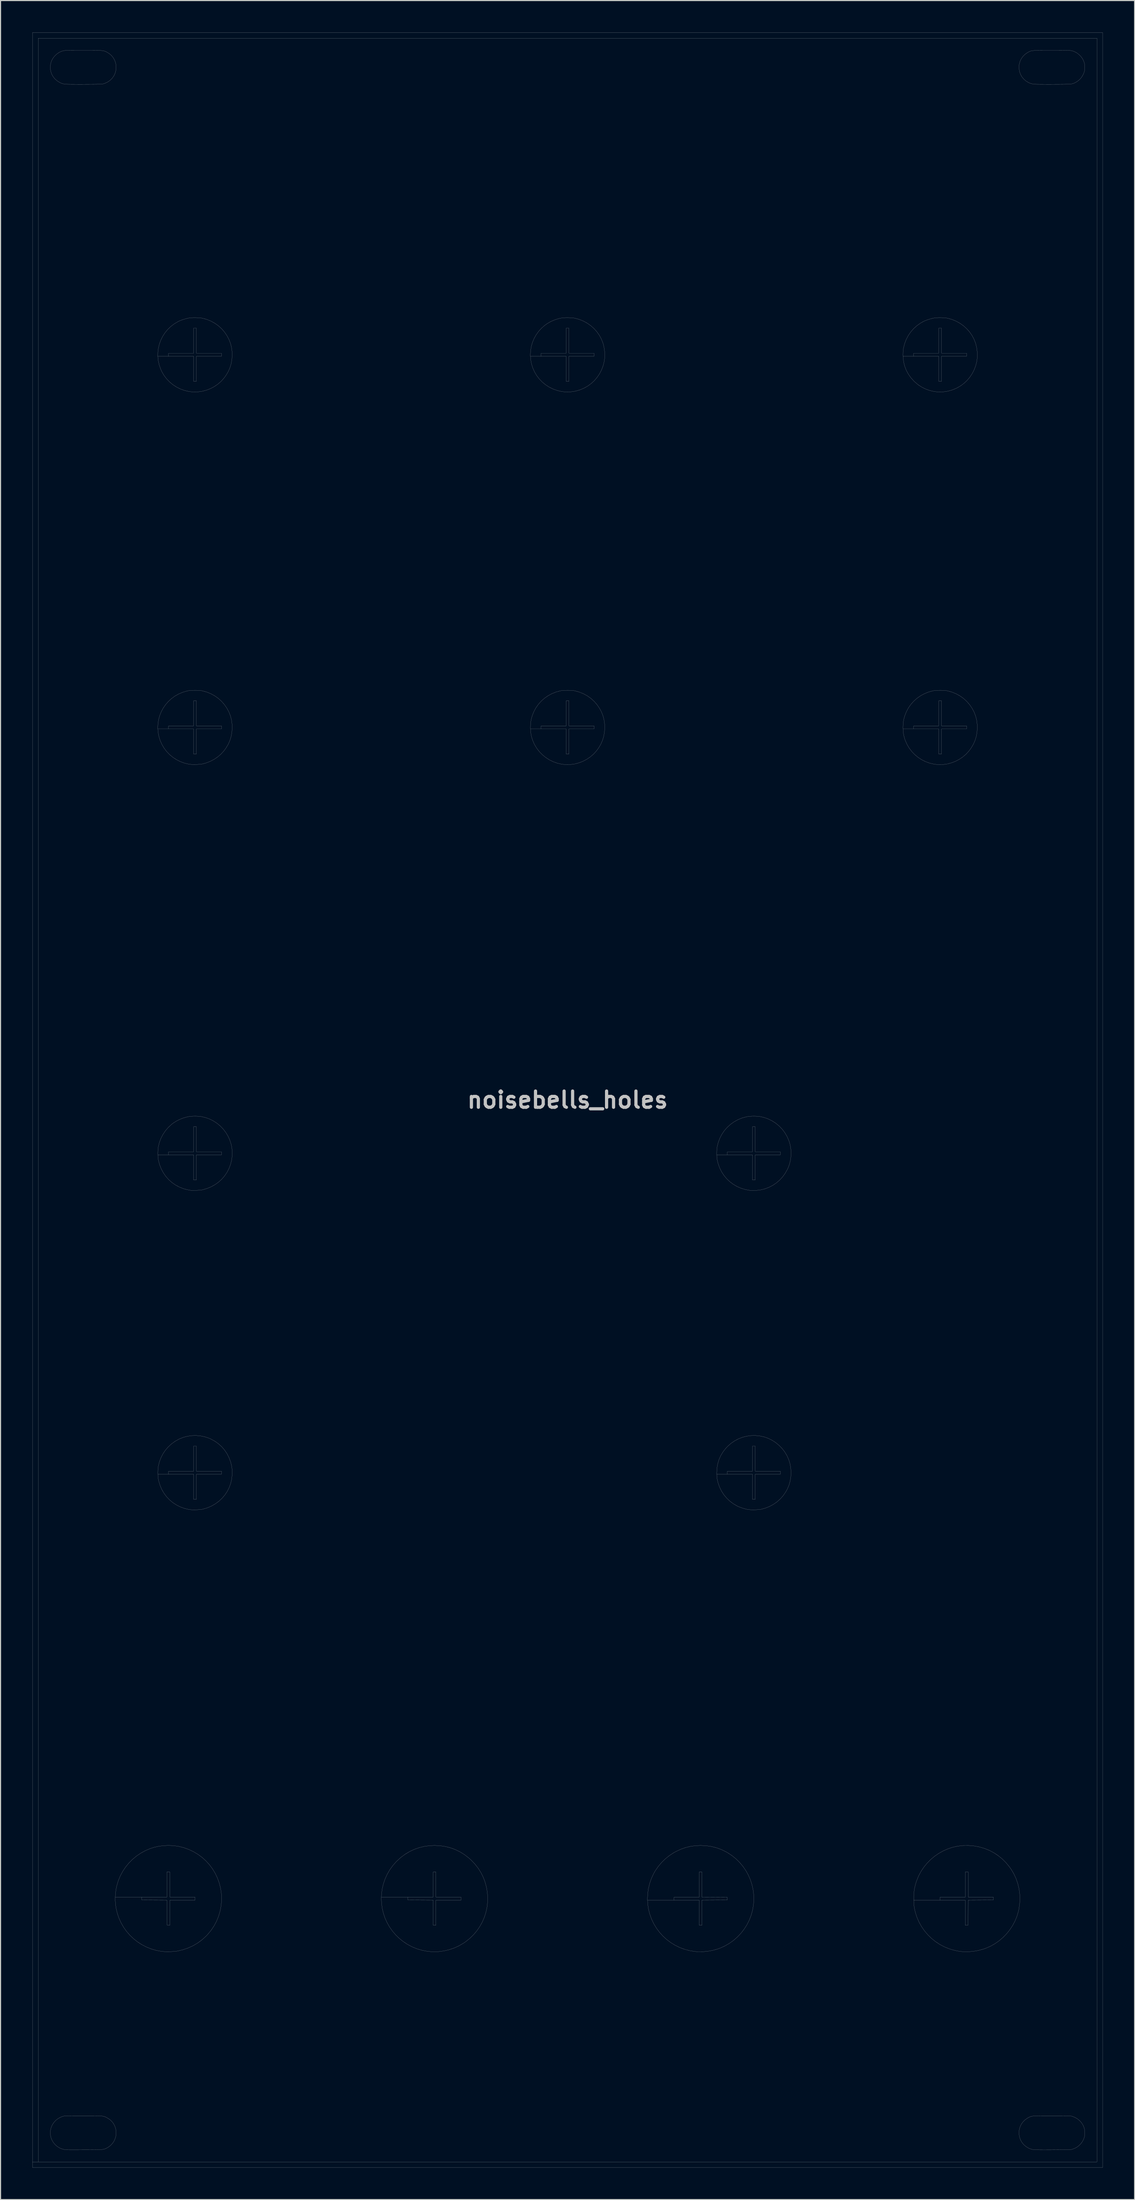
<source format=kicad_pcb>
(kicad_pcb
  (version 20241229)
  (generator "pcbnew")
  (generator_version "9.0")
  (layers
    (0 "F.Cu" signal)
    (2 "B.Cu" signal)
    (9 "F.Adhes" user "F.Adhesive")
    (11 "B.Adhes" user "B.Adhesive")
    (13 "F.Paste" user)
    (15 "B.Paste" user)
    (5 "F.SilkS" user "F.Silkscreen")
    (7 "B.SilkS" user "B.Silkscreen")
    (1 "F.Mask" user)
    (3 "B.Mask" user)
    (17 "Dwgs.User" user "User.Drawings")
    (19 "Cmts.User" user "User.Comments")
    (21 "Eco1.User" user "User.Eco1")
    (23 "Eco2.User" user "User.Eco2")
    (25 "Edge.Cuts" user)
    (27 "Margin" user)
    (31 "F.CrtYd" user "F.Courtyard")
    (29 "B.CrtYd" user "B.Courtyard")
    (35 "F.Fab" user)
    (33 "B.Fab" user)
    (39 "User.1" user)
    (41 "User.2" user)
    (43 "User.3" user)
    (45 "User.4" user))
  (footprint "noisebells_holes"
    (layer "F.Cu")
    (at 50.272 100.259)
    (property "Reference" "noisebells_holes" (at 0 0 0) (layer "Dwgs.User") (effects (font (size 1.524 1.524) (thickness 0.3))))
    (attr through_hole)
    (fp_poly (pts (xy 50.267 100.279) (xy -50.267 100.279) (xy -50.267 -99.72) (xy -49.733 -99.72) (xy -49.733 99.746) (xy 49.733 99.746) (xy 49.733 -99.72) (xy -49.733 -99.72) (xy -50.267 -99.72) (xy -50.267 -100.254) (xy 50.267 -100.254) (xy 50.267 100.279)) (stroke (width 0.01) (type solid)) (fill no) (layer "Dwgs.User"))
    (fp_poly (pts (xy 0.266 -73.468) (xy 0.467 -73.454) (xy 0.639 -73.431) (xy 0.705 -73.419) (xy 1.108 -73.306) (xy 1.491 -73.149) (xy 1.85 -72.952) (xy 2.181 -72.718) (xy 2.483 -72.449) (xy 2.751 -72.149) (xy 2.983 -71.82) (xy 3.174 -71.465) (xy 3.323 -71.088) (xy 3.35 -71) (xy 3.426 -70.679) (xy 3.474 -70.339) (xy 3.493 -69.994) (xy 3.482 -69.66) (xy 3.443 -69.367) (xy 3.34 -68.957) (xy 3.193 -68.569) (xy 3.005 -68.205) (xy 2.778 -67.869) (xy 2.516 -67.563) (xy 2.221 -67.289) (xy 1.896 -67.051) (xy 1.543 -66.852) (xy 1.166 -66.693) (xy 0.766 -66.577) (xy 0.547 -66.535) (xy 0.387 -66.516) (xy 0.196 -66.505) (xy -0.011 -66.501) (xy -0.216 -66.505) (xy -0.404 -66.516) (xy -0.558 -66.535) (xy -0.559 -66.535) (xy -0.969 -66.63) (xy -1.359 -66.769) (xy -1.726 -66.95) (xy -2.067 -67.17) (xy -2.378 -67.426) (xy -2.658 -67.716) (xy -2.902 -68.036) (xy -3.108 -68.385) (xy -3.274 -68.759) (xy -3.389 -69.13) (xy -3.467 -69.541) (xy -3.496 -69.951) (xy -3.487 -70.129) (xy -2.489 -70.129) (xy -2.489 -69.85) (xy -0.127 -69.85) (xy -0.127 -67.488) (xy 0.127 -67.488) (xy 0.127 -69.85) (xy 2.489 -69.85) (xy 2.489 -70.129) (xy 0.127 -70.129) (xy 0.127 -72.492) (xy -0.127 -72.492) (xy -0.127 -70.129) (xy -2.489 -70.129) (xy -3.487 -70.129) (xy -3.477 -70.357) (xy -3.412 -70.755) (xy -3.302 -71.141) (xy -3.149 -71.511) (xy -2.954 -71.861) (xy -2.719 -72.188) (xy -2.446 -72.489) (xy -2.135 -72.759) (xy -1.892 -72.929) (xy -1.575 -73.109) (xy -1.229 -73.259) (xy -0.872 -73.375) (xy -0.53 -73.447) (xy -0.362 -73.465) (xy -0.164 -73.474) (xy 0.051 -73.475) (xy 0.266 -73.468)) (stroke (width 0.01) (type solid)) (fill no) (layer "Dwgs.User"))
    (fp_poly (pts (xy -34.722 -38.465) (xy -34.529 -38.452) (xy -34.366 -38.432) (xy -34.315 -38.422) (xy -33.904 -38.309) (xy -33.514 -38.152) (xy -33.149 -37.953) (xy -32.812 -37.714) (xy -32.506 -37.437) (xy -32.234 -37.125) (xy -31.999 -36.779) (xy -31.999 -36.779) (xy -31.812 -36.426) (xy -31.672 -36.068) (xy -31.577 -35.7) (xy -31.524 -35.313) (xy -31.512 -34.989) (xy -31.534 -34.564) (xy -31.603 -34.161) (xy -31.717 -33.776) (xy -31.88 -33.407) (xy -32.091 -33.051) (xy -32.295 -32.774) (xy -32.564 -32.479) (xy -32.869 -32.217) (xy -33.207 -31.989) (xy -33.571 -31.799) (xy -33.956 -31.65) (xy -34.29 -31.559) (xy -34.418 -31.538) (xy -34.584 -31.522) (xy -34.773 -31.511) (xy -34.973 -31.506) (xy -35.171 -31.506) (xy -35.353 -31.512) (xy -35.505 -31.524) (xy -35.573 -31.534) (xy -35.983 -31.631) (xy -36.373 -31.773) (xy -36.739 -31.956) (xy -37.079 -32.178) (xy -37.39 -32.436) (xy -37.669 -32.728) (xy -37.913 -33.051) (xy -38.118 -33.402) (xy -38.283 -33.778) (xy -38.391 -34.128) (xy -38.469 -34.536) (xy -38.499 -34.941) (xy -38.491 -35.128) (xy -37.49 -35.128) (xy -37.49 -34.849) (xy -35.128 -34.849) (xy -35.128 -32.487) (xy -34.874 -32.487) (xy -34.874 -34.849) (xy -32.512 -34.849) (xy -32.512 -35.128) (xy -34.874 -35.128) (xy -34.874 -37.49) (xy -35.128 -37.49) (xy -35.128 -35.128) (xy -37.49 -35.128) (xy -38.491 -35.128) (xy -38.482 -35.339) (xy -38.42 -35.728) (xy -38.316 -36.105) (xy -38.17 -36.466) (xy -37.986 -36.807) (xy -37.765 -37.127) (xy -37.509 -37.421) (xy -37.22 -37.687) (xy -36.901 -37.921) (xy -36.552 -38.121) (xy -36.177 -38.282) (xy -35.777 -38.402) (xy -35.687 -38.422) (xy -35.54 -38.445) (xy -35.356 -38.461) (xy -35.15 -38.469) (xy -34.934 -38.471) (xy -34.722 -38.465)) (stroke (width 0.01) (type solid)) (fill no) (layer "Dwgs.User"))
    (fp_poly (pts (xy -34.503 31.555) (xy -34.106 31.634) (xy -33.721 31.759) (xy -33.51 31.851) (xy -33.136 32.056) (xy -32.796 32.299) (xy -32.491 32.576) (xy -32.223 32.887) (xy -31.994 33.229) (xy -31.805 33.6) (xy -31.657 33.998) (xy -31.556 34.404) (xy -31.518 34.693) (xy -31.508 35.009) (xy -31.525 35.338) (xy -31.568 35.664) (xy -31.637 35.973) (xy -31.651 36.024) (xy -31.79 36.407) (xy -31.972 36.768) (xy -32.195 37.103) (xy -32.456 37.41) (xy -32.751 37.686) (xy -33.078 37.929) (xy -33.433 38.134) (xy -33.813 38.301) (xy -34.216 38.425) (xy -34.296 38.444) (xy -34.417 38.464) (xy -34.575 38.479) (xy -34.758 38.49) (xy -34.953 38.496) (xy -35.146 38.497) (xy -35.325 38.492) (xy -35.476 38.482) (xy -35.562 38.47) (xy -35.979 38.372) (xy -36.373 38.23) (xy -36.741 38.046) (xy -37.083 37.824) (xy -37.394 37.564) (xy -37.672 37.271) (xy -37.915 36.946) (xy -38.12 36.592) (xy -38.285 36.212) (xy -38.407 35.808) (xy -38.444 35.636) (xy -38.47 35.451) (xy -38.486 35.233) (xy -38.491 34.999) (xy -38.488 34.874) (xy -37.49 34.874) (xy -37.49 35.154) (xy -35.128 35.154) (xy -35.128 37.516) (xy -34.874 37.516) (xy -34.874 35.154) (xy -32.512 35.154) (xy -32.512 34.874) (xy -34.874 34.874) (xy -34.874 32.512) (xy -35.128 32.512) (xy -35.128 34.874) (xy -37.49 34.874) (xy -38.488 34.874) (xy -38.485 34.766) (xy -38.469 34.552) (xy -38.448 34.403) (xy -38.349 33.997) (xy -38.204 33.61) (xy -38.016 33.245) (xy -37.787 32.904) (xy -37.519 32.593) (xy -37.217 32.312) (xy -36.881 32.068) (xy -36.515 31.861) (xy -36.473 31.841) (xy -36.1 31.693) (xy -35.711 31.59) (xy -35.311 31.532) (xy -34.907 31.521) (xy -34.503 31.555)) (stroke (width 0.01) (type solid)) (fill no) (layer "Dwgs.User"))
    (fp_poly (pts (xy 18.045 31.56) (xy 18.458 31.648) (xy 18.505 31.662) (xy 18.866 31.792) (xy 19.216 31.967) (xy 19.548 32.184) (xy 19.856 32.436) (xy 20.136 32.72) (xy 20.381 33.031) (xy 20.585 33.364) (xy 20.634 33.459) (xy 20.786 33.811) (xy 20.893 34.16) (xy 20.96 34.52) (xy 20.988 34.902) (xy 20.99 35.014) (xy 20.97 35.421) (xy 20.909 35.804) (xy 20.804 36.17) (xy 20.655 36.526) (xy 20.503 36.805) (xy 20.268 37.151) (xy 19.996 37.463) (xy 19.69 37.74) (xy 19.352 37.978) (xy 18.985 38.178) (xy 18.592 38.336) (xy 18.205 38.444) (xy 18.078 38.465) (xy 17.914 38.481) (xy 17.725 38.491) (xy 17.525 38.497) (xy 17.326 38.496) (xy 17.143 38.489) (xy 16.988 38.477) (xy 16.918 38.467) (xy 16.763 38.433) (xy 16.58 38.383) (xy 16.387 38.322) (xy 16.2 38.256) (xy 16.035 38.19) (xy 15.948 38.149) (xy 15.581 37.937) (xy 15.247 37.687) (xy 14.947 37.402) (xy 14.684 37.085) (xy 14.46 36.738) (xy 14.277 36.365) (xy 14.137 35.968) (xy 14.058 35.636) (xy 14.031 35.451) (xy 14.016 35.235) (xy 14.012 35.014) (xy 14.019 34.874) (xy 15.011 34.874) (xy 15.011 35.154) (xy 17.374 35.154) (xy 17.374 37.516) (xy 17.628 37.516) (xy 17.628 35.154) (xy 19.99 35.154) (xy 19.99 34.874) (xy 17.628 34.874) (xy 17.628 32.512) (xy 17.374 32.512) (xy 17.374 34.874) (xy 15.011 34.874) (xy 14.019 34.874) (xy 14.035 34.585) (xy 14.106 34.175) (xy 14.224 33.784) (xy 14.388 33.413) (xy 14.6 33.061) (xy 14.858 32.728) (xy 15.04 32.535) (xy 15.351 32.259) (xy 15.689 32.025) (xy 16.048 31.834) (xy 16.426 31.687) (xy 16.818 31.586) (xy 17.221 31.53) (xy 17.632 31.521) (xy 18.045 31.56)) (stroke (width 0.01) (type solid)) (fill no) (layer "Dwgs.User"))
    (fp_poly (pts (xy -34.735 -73.468) (xy -34.534 -73.454) (xy -34.362 -73.431) (xy -34.296 -73.419) (xy -33.885 -73.304) (xy -33.496 -73.145) (xy -33.133 -72.943) (xy -32.797 -72.703) (xy -32.492 -72.424) (xy -32.222 -72.111) (xy -31.999 -71.78) (xy -31.812 -71.427) (xy -31.672 -71.069) (xy -31.577 -70.701) (xy -31.524 -70.314) (xy -31.512 -69.99) (xy -31.534 -69.565) (xy -31.603 -69.162) (xy -31.717 -68.777) (xy -31.88 -68.408) (xy -32.091 -68.053) (xy -32.295 -67.775) (xy -32.566 -67.477) (xy -32.873 -67.214) (xy -33.21 -66.986) (xy -33.574 -66.799) (xy -33.958 -66.653) (xy -34.358 -66.552) (xy -34.454 -66.535) (xy -34.614 -66.516) (xy -34.805 -66.505) (xy -35.012 -66.501) (xy -35.217 -66.505) (xy -35.405 -66.516) (xy -35.56 -66.535) (xy -35.56 -66.535) (xy -35.97 -66.63) (xy -36.361 -66.77) (xy -36.73 -66.952) (xy -37.072 -67.173) (xy -37.386 -67.431) (xy -37.667 -67.724) (xy -37.913 -68.049) (xy -38.119 -68.403) (xy -38.225 -68.633) (xy -38.363 -69.027) (xy -38.452 -69.426) (xy -38.494 -69.827) (xy -38.49 -70.129) (xy -37.49 -70.129) (xy -37.49 -69.85) (xy -35.128 -69.85) (xy -35.128 -67.488) (xy -34.874 -67.488) (xy -34.874 -69.85) (xy -32.512 -69.85) (xy -32.512 -70.129) (xy -34.874 -70.129) (xy -34.874 -72.492) (xy -35.128 -72.492) (xy -35.128 -70.129) (xy -37.49 -70.129) (xy -38.49 -70.129) (xy -38.489 -70.224) (xy -38.44 -70.616) (xy -38.348 -70.999) (xy -38.213 -71.368) (xy -38.038 -71.72) (xy -37.824 -72.052) (xy -37.572 -72.359) (xy -37.283 -72.639) (xy -36.959 -72.888) (xy -36.601 -73.101) (xy -36.554 -73.125) (xy -36.389 -73.199) (xy -36.191 -73.272) (xy -35.978 -73.341) (xy -35.767 -73.398) (xy -35.575 -73.44) (xy -35.531 -73.447) (xy -35.363 -73.465) (xy -35.165 -73.474) (xy -34.951 -73.475) (xy -34.735 -73.468)) (stroke (width 0.01) (type solid)) (fill no) (layer "Dwgs.User"))
    (fp_poly (pts (xy -11.986 70.049) (xy -11.491 70.121) (xy -11.013 70.241) (xy -10.553 70.409) (xy -10.112 70.623) (xy -9.691 70.883) (xy -9.292 71.189) (xy -9.046 71.412) (xy -8.696 71.781) (xy -8.391 72.173) (xy -8.131 72.587) (xy -7.916 73.026) (xy -7.761 73.435) (xy -7.627 73.92) (xy -7.543 74.408) (xy -7.506 74.895) (xy -7.517 75.379) (xy -7.574 75.855) (xy -7.676 76.322) (xy -7.823 76.776) (xy -8.012 77.213) (xy -8.243 77.632) (xy -8.515 78.029) (xy -8.827 78.4) (xy -9.178 78.744) (xy -9.566 79.056) (xy -9.779 79.203) (xy -10.202 79.45) (xy -10.648 79.653) (xy -11.112 79.812) (xy -11.589 79.925) (xy -12.074 79.992) (xy -12.562 80.012) (xy -13.048 79.982) (xy -13.156 79.969) (xy -13.655 79.876) (xy -14.136 79.736) (xy -14.597 79.55) (xy -15.036 79.318) (xy -15.452 79.042) (xy -15.843 78.723) (xy -16.12 78.453) (xy -16.444 78.079) (xy -16.725 77.682) (xy -16.962 77.265) (xy -17.156 76.831) (xy -17.306 76.385) (xy -17.413 75.929) (xy -17.477 75.467) (xy -17.498 75.002) (xy -17.492 74.879) (xy -15.014 74.879) (xy -15.006 75.013) (xy -14.999 75.146) (xy -12.624 75.159) (xy -12.624 77.521) (xy -12.37 77.521) (xy -12.37 75.159) (xy -10.008 75.159) (xy -10.008 74.879) (xy -12.37 74.879) (xy -12.37 72.517) (xy -12.624 72.517) (xy -12.624 74.879) (xy -15.014 74.879) (xy -17.492 74.879) (xy -17.475 74.536) (xy -17.409 74.074) (xy -17.3 73.619) (xy -17.147 73.174) (xy -16.952 72.742) (xy -16.714 72.327) (xy -16.432 71.931) (xy -16.108 71.559) (xy -16.039 71.489) (xy -15.661 71.145) (xy -15.259 70.847) (xy -14.835 70.593) (xy -14.389 70.385) (xy -13.924 70.224) (xy -13.442 70.11) (xy -12.943 70.043) (xy -12.497 70.025) (xy -11.986 70.049)) (stroke (width 0.01) (type solid)) (fill no) (layer "Dwgs.User"))
    (fp_poly (pts (xy 0.279 -38.465) (xy 0.473 -38.452) (xy 0.636 -38.432) (xy 0.686 -38.422) (xy 1.098 -38.309) (xy 1.488 -38.152) (xy 1.853 -37.953) (xy 2.19 -37.714) (xy 2.495 -37.437) (xy 2.767 -37.125) (xy 3.002 -36.779) (xy 3.003 -36.779) (xy 3.19 -36.426) (xy 3.33 -36.068) (xy 3.425 -35.7) (xy 3.477 -35.313) (xy 3.489 -34.989) (xy 3.467 -34.564) (xy 3.399 -34.161) (xy 3.284 -33.776) (xy 3.121 -33.407) (xy 2.911 -33.051) (xy 2.706 -32.774) (xy 2.436 -32.477) (xy 2.129 -32.214) (xy 1.793 -31.987) (xy 1.43 -31.799) (xy 1.047 -31.653) (xy 0.648 -31.551) (xy 0.547 -31.533) (xy 0.381 -31.514) (xy 0.183 -31.503) (xy -0.031 -31.5) (xy -0.243 -31.505) (xy -0.436 -31.518) (xy -0.572 -31.536) (xy -0.97 -31.628) (xy -1.353 -31.766) (xy -1.718 -31.947) (xy -2.059 -32.167) (xy -2.373 -32.424) (xy -2.655 -32.714) (xy -2.901 -33.034) (xy -3.107 -33.381) (xy -3.134 -33.434) (xy -3.285 -33.785) (xy -3.393 -34.135) (xy -3.46 -34.495) (xy -3.488 -34.877) (xy -3.489 -34.989) (xy -3.485 -35.128) (xy -2.489 -35.128) (xy -2.489 -34.849) (xy -0.127 -34.849) (xy -0.127 -32.487) (xy 0.127 -32.487) (xy 0.127 -34.849) (xy 2.489 -34.849) (xy 2.489 -35.128) (xy 0.127 -35.128) (xy 0.127 -37.49) (xy -0.127 -37.49) (xy -0.127 -35.128) (xy -2.489 -35.128) (xy -3.485 -35.128) (xy -3.48 -35.281) (xy -3.453 -35.545) (xy -3.404 -35.798) (xy -3.33 -36.06) (xy -3.325 -36.074) (xy -3.174 -36.46) (xy -2.98 -36.821) (xy -2.746 -37.154) (xy -2.476 -37.456) (xy -2.172 -37.726) (xy -1.837 -37.961) (xy -1.475 -38.157) (xy -1.088 -38.312) (xy -0.686 -38.422) (xy -0.539 -38.445) (xy -0.355 -38.461) (xy -0.149 -38.469) (xy 0.068 -38.471) (xy 0.279 -38.465)) (stroke (width 0.01) (type solid)) (fill no) (layer "Dwgs.User"))
    (fp_poly (pts (xy 35.281 -38.465) (xy 35.474 -38.452) (xy 35.637 -38.432) (xy 35.687 -38.422) (xy 36.101 -38.308) (xy 36.492 -38.15) (xy 36.858 -37.95) (xy 37.196 -37.709) (xy 37.503 -37.43) (xy 37.777 -37.114) (xy 37.999 -36.79) (xy 38.189 -36.432) (xy 38.332 -36.063) (xy 38.429 -35.679) (xy 38.481 -35.274) (xy 38.491 -34.989) (xy 38.468 -34.564) (xy 38.4 -34.161) (xy 38.285 -33.776) (xy 38.123 -33.407) (xy 37.912 -33.051) (xy 37.707 -32.774) (xy 37.437 -32.477) (xy 37.131 -32.214) (xy 36.794 -31.987) (xy 36.431 -31.799) (xy 36.048 -31.653) (xy 35.649 -31.551) (xy 35.548 -31.533) (xy 35.382 -31.514) (xy 35.184 -31.503) (xy 34.97 -31.5) (xy 34.758 -31.505) (xy 34.565 -31.518) (xy 34.43 -31.536) (xy 34.025 -31.629) (xy 33.639 -31.768) (xy 33.274 -31.949) (xy 32.934 -32.17) (xy 32.622 -32.428) (xy 32.342 -32.719) (xy 32.096 -33.042) (xy 31.889 -33.392) (xy 31.723 -33.768) (xy 31.676 -33.903) (xy 31.601 -34.165) (xy 31.55 -34.419) (xy 31.522 -34.681) (xy 31.512 -34.972) (xy 31.512 -34.989) (xy 31.516 -35.128) (xy 32.512 -35.128) (xy 32.512 -34.849) (xy 34.874 -34.849) (xy 34.874 -32.487) (xy 35.128 -32.487) (xy 35.128 -34.849) (xy 37.49 -34.849) (xy 37.49 -35.128) (xy 35.128 -35.128) (xy 35.128 -37.49) (xy 34.874 -37.49) (xy 34.874 -35.128) (xy 32.512 -35.128) (xy 31.516 -35.128) (xy 31.521 -35.281) (xy 31.548 -35.545) (xy 31.598 -35.798) (xy 31.672 -36.06) (xy 31.676 -36.074) (xy 31.828 -36.46) (xy 32.021 -36.821) (xy 32.255 -37.154) (xy 32.525 -37.456) (xy 32.829 -37.726) (xy 33.164 -37.961) (xy 33.526 -38.157) (xy 33.913 -38.312) (xy 34.315 -38.422) (xy 34.462 -38.445) (xy 34.646 -38.461) (xy 34.853 -38.469) (xy 35.069 -38.471) (xy 35.281 -38.465)) (stroke (width 0.01) (type solid)) (fill no) (layer "Dwgs.User"))
    (fp_poly (pts (xy 13.007 70.048) (xy 13.497 70.118) (xy 13.969 70.235) (xy 14.426 70.4) (xy 14.868 70.612) (xy 15.024 70.7) (xy 15.441 70.974) (xy 15.823 71.283) (xy 16.169 71.624) (xy 16.479 71.994) (xy 16.751 72.39) (xy 16.982 72.809) (xy 17.173 73.247) (xy 17.321 73.702) (xy 17.426 74.17) (xy 17.485 74.647) (xy 17.497 75.132) (xy 17.462 75.62) (xy 17.377 76.109) (xy 17.377 76.111) (xy 17.244 76.588) (xy 17.065 77.046) (xy 16.844 77.482) (xy 16.582 77.893) (xy 16.283 78.275) (xy 15.949 78.627) (xy 15.582 78.946) (xy 15.185 79.228) (xy 14.76 79.471) (xy 14.311 79.672) (xy 14.084 79.753) (xy 13.634 79.879) (xy 13.167 79.964) (xy 12.694 80.006) (xy 12.226 80.005) (xy 11.938 79.982) (xy 11.449 79.901) (xy 10.976 79.774) (xy 10.521 79.603) (xy 10.089 79.39) (xy 9.681 79.138) (xy 9.299 78.848) (xy 8.947 78.524) (xy 8.627 78.168) (xy 8.342 77.783) (xy 8.093 77.369) (xy 7.885 76.931) (xy 7.719 76.47) (xy 7.607 76.03) (xy 7.531 75.543) (xy 7.505 75.051) (xy 7.512 74.879) (xy 10.008 74.879) (xy 10.008 75.159) (xy 12.37 75.159) (xy 12.37 77.521) (xy 12.624 77.521) (xy 12.624 75.159) (xy 14.999 75.146) (xy 14.999 74.892) (xy 13.811 74.885) (xy 12.624 74.879) (xy 12.624 72.517) (xy 12.37 72.517) (xy 12.37 74.879) (xy 10.008 74.879) (xy 7.512 74.879) (xy 7.526 74.56) (xy 7.595 74.073) (xy 7.71 73.595) (xy 7.871 73.131) (xy 8.077 72.686) (xy 8.228 72.419) (xy 8.507 72.011) (xy 8.825 71.631) (xy 9.18 71.284) (xy 9.566 70.973) (xy 9.98 70.702) (xy 10.217 70.572) (xy 10.66 70.369) (xy 11.106 70.214) (xy 11.56 70.107) (xy 12.029 70.044) (xy 12.497 70.025) (xy 13.007 70.048)) (stroke (width 0.01) (type solid)) (fill no) (layer "Dwgs.User"))
    (fp_poly (pts (xy 17.768 1.532) (xy 17.973 1.549) (xy 18.087 1.564) (xy 18.486 1.656) (xy 18.869 1.795) (xy 19.231 1.976) (xy 19.569 2.197) (xy 19.88 2.455) (xy 20.16 2.747) (xy 20.405 3.07) (xy 20.613 3.422) (xy 20.779 3.798) (xy 20.828 3.936) (xy 20.899 4.18) (xy 20.948 4.415) (xy 20.977 4.657) (xy 20.989 4.925) (xy 20.99 5.016) (xy 20.974 5.386) (xy 20.926 5.727) (xy 20.843 6.052) (xy 20.721 6.374) (xy 20.651 6.525) (xy 20.443 6.893) (xy 20.2 7.229) (xy 19.923 7.53) (xy 19.616 7.795) (xy 19.283 8.021) (xy 18.926 8.206) (xy 18.549 8.349) (xy 18.155 8.447) (xy 17.748 8.498) (xy 17.475 8.505) (xy 17.35 8.503) (xy 17.237 8.499) (xy 17.15 8.495) (xy 17.107 8.492) (xy 16.687 8.415) (xy 16.287 8.292) (xy 15.911 8.127) (xy 15.56 7.922) (xy 15.238 7.679) (xy 14.947 7.401) (xy 14.689 7.089) (xy 14.467 6.747) (xy 14.284 6.377) (xy 14.142 5.981) (xy 14.055 5.626) (xy 14.031 5.453) (xy 14.016 5.246) (xy 14.011 5.021) (xy 14.014 4.877) (xy 15.011 4.877) (xy 15.011 5.156) (xy 17.374 5.156) (xy 17.374 7.518) (xy 17.628 7.518) (xy 17.628 5.156) (xy 19.99 5.156) (xy 19.99 4.877) (xy 17.628 4.877) (xy 17.628 2.515) (xy 17.374 2.515) (xy 17.374 4.877) (xy 15.011 4.877) (xy 14.014 4.877) (xy 14.015 4.796) (xy 14.029 4.585) (xy 14.053 4.407) (xy 14.053 4.405) (xy 14.152 4.001) (xy 14.297 3.613) (xy 14.485 3.245) (xy 14.714 2.903) (xy 14.982 2.593) (xy 14.997 2.577) (xy 15.315 2.289) (xy 15.659 2.045) (xy 16.026 1.845) (xy 16.414 1.69) (xy 16.822 1.582) (xy 16.926 1.563) (xy 17.105 1.541) (xy 17.317 1.528) (xy 17.543 1.525) (xy 17.768 1.532)) (stroke (width 0.01) (type solid)) (fill no) (layer "Dwgs.User"))
    (fp_poly (pts (xy 35.267 -73.468) (xy 35.468 -73.454) (xy 35.641 -73.431) (xy 35.706 -73.419) (xy 36.109 -73.306) (xy 36.492 -73.149) (xy 36.851 -72.952) (xy 37.183 -72.718) (xy 37.484 -72.449) (xy 37.753 -72.149) (xy 37.984 -71.82) (xy 38.176 -71.465) (xy 38.324 -71.088) (xy 38.351 -71) (xy 38.427 -70.679) (xy 38.475 -70.339) (xy 38.494 -69.994) (xy 38.483 -69.66) (xy 38.444 -69.367) (xy 38.341 -68.957) (xy 38.194 -68.569) (xy 38.006 -68.205) (xy 37.779 -67.869) (xy 37.517 -67.563) (xy 37.222 -67.289) (xy 36.897 -67.051) (xy 36.544 -66.852) (xy 36.167 -66.693) (xy 35.767 -66.577) (xy 35.548 -66.535) (xy 35.388 -66.516) (xy 35.197 -66.505) (xy 34.99 -66.501) (xy 34.785 -66.505) (xy 34.597 -66.516) (xy 34.443 -66.535) (xy 34.442 -66.535) (xy 34.024 -66.631) (xy 33.628 -66.773) (xy 33.257 -66.958) (xy 32.911 -67.188) (xy 32.591 -67.461) (xy 32.54 -67.511) (xy 32.253 -67.831) (xy 32.013 -68.171) (xy 31.819 -68.53) (xy 31.673 -68.91) (xy 31.573 -69.308) (xy 31.521 -69.726) (xy 31.512 -69.99) (xy 31.515 -70.129) (xy 32.512 -70.129) (xy 32.512 -69.85) (xy 34.874 -69.85) (xy 34.874 -67.488) (xy 35.128 -67.488) (xy 35.128 -69.85) (xy 37.49 -69.85) (xy 37.49 -70.129) (xy 35.128 -70.129) (xy 35.128 -72.492) (xy 34.874 -72.492) (xy 34.874 -70.129) (xy 32.512 -70.129) (xy 31.515 -70.129) (xy 31.518 -70.241) (xy 31.534 -70.452) (xy 31.558 -70.612) (xy 31.662 -71.026) (xy 31.811 -71.418) (xy 32.003 -71.786) (xy 32.235 -72.127) (xy 32.505 -72.438) (xy 32.812 -72.716) (xy 33.153 -72.959) (xy 33.448 -73.125) (xy 33.613 -73.199) (xy 33.81 -73.272) (xy 34.023 -73.34) (xy 34.234 -73.398) (xy 34.426 -73.439) (xy 34.471 -73.447) (xy 34.639 -73.465) (xy 34.838 -73.474) (xy 35.052 -73.475) (xy 35.267 -73.468)) (stroke (width 0.01) (type solid)) (fill no) (layer "Dwgs.User"))
    (fp_poly (pts (xy 45.878 -98.58) (xy 46.22 -98.579) (xy 46.514 -98.577) (xy 46.761 -98.574) (xy 46.964 -98.571) (xy 47.123 -98.566) (xy 47.241 -98.561) (xy 47.318 -98.555) (xy 47.346 -98.551) (xy 47.581 -98.478) (xy 47.809 -98.361) (xy 48.02 -98.207) (xy 48.207 -98.024) (xy 48.36 -97.819) (xy 48.432 -97.688) (xy 48.509 -97.51) (xy 48.557 -97.349) (xy 48.583 -97.182) (xy 48.59 -96.99) (xy 48.582 -96.794) (xy 48.556 -96.625) (xy 48.506 -96.463) (xy 48.437 -96.304) (xy 48.293 -96.058) (xy 48.114 -95.847) (xy 47.897 -95.671) (xy 47.727 -95.57) (xy 47.662 -95.536) (xy 47.604 -95.506) (xy 47.548 -95.482) (xy 47.491 -95.461) (xy 47.428 -95.443) (xy 47.355 -95.429) (xy 47.268 -95.418) (xy 47.162 -95.409) (xy 47.034 -95.403) (xy 46.88 -95.398) (xy 46.694 -95.394) (xy 46.474 -95.392) (xy 46.214 -95.39) (xy 45.912 -95.389) (xy 45.631 -95.388) (xy 45.343 -95.387) (xy 45.066 -95.387) (xy 44.806 -95.388) (xy 44.565 -95.389) (xy 44.351 -95.39) (xy 44.167 -95.392) (xy 44.019 -95.395) (xy 43.91 -95.398) (xy 43.847 -95.401) (xy 43.84 -95.401) (xy 43.646 -95.432) (xy 43.477 -95.48) (xy 43.31 -95.552) (xy 43.296 -95.559) (xy 43.051 -95.709) (xy 42.842 -95.894) (xy 42.67 -96.108) (xy 42.54 -96.348) (xy 42.453 -96.61) (xy 42.412 -96.889) (xy 42.409 -96.99) (xy 42.433 -97.274) (xy 42.504 -97.541) (xy 42.62 -97.789) (xy 42.778 -98.012) (xy 42.976 -98.208) (xy 43.211 -98.373) (xy 43.309 -98.426) (xy 43.367 -98.455) (xy 43.42 -98.48) (xy 43.473 -98.502) (xy 43.529 -98.52) (xy 43.592 -98.535) (xy 43.667 -98.547) (xy 43.757 -98.557) (xy 43.866 -98.565) (xy 43.998 -98.571) (xy 44.158 -98.575) (xy 44.349 -98.577) (xy 44.574 -98.579) (xy 44.839 -98.58) (xy 45.147 -98.58) (xy 45.487 -98.58) (xy 45.878 -98.58)) (stroke (width 0.01) (type solid)) (fill no) (layer "Dwgs.User"))
    (fp_poly (pts (xy -45.136 -98.58) (xy -44.83 -98.58) (xy -44.567 -98.579) (xy -44.342 -98.577) (xy -44.153 -98.575) (xy -43.994 -98.57) (xy -43.862 -98.565) (xy -43.754 -98.557) (xy -43.664 -98.547) (xy -43.589 -98.534) (xy -43.525 -98.518) (xy -43.468 -98.5) (xy -43.414 -98.477) (xy -43.359 -98.451) (xy -43.3 -98.422) (xy -43.296 -98.42) (xy -43.052 -98.27) (xy -42.842 -98.086) (xy -42.671 -97.872) (xy -42.541 -97.632) (xy -42.454 -97.37) (xy -42.413 -97.091) (xy -42.41 -96.99) (xy -42.434 -96.705) (xy -42.504 -96.438) (xy -42.618 -96.192) (xy -42.772 -95.97) (xy -42.963 -95.777) (xy -43.189 -95.616) (xy -43.448 -95.49) (xy -43.599 -95.439) (xy -43.634 -95.43) (xy -43.674 -95.422) (xy -43.724 -95.415) (xy -43.787 -95.409) (xy -43.868 -95.405) (xy -43.97 -95.401) (xy -44.098 -95.398) (xy -44.255 -95.395) (xy -44.445 -95.393) (xy -44.673 -95.391) (xy -44.942 -95.39) (xy -45.257 -95.389) (xy -45.377 -95.388) (xy -45.665 -95.387) (xy -45.942 -95.387) (xy -46.203 -95.388) (xy -46.443 -95.389) (xy -46.657 -95.39) (xy -46.841 -95.392) (xy -46.99 -95.395) (xy -47.098 -95.398) (xy -47.161 -95.401) (xy -47.168 -95.401) (xy -47.354 -95.431) (xy -47.515 -95.475) (xy -47.675 -95.544) (xy -47.727 -95.57) (xy -47.961 -95.719) (xy -48.166 -95.902) (xy -48.336 -96.114) (xy -48.466 -96.348) (xy -48.551 -96.598) (xy -48.552 -96.602) (xy -48.577 -96.761) (xy -48.588 -96.946) (xy -48.584 -97.137) (xy -48.565 -97.311) (xy -48.551 -97.381) (xy -48.471 -97.616) (xy -48.347 -97.84) (xy -48.186 -98.046) (xy -47.995 -98.228) (xy -47.781 -98.378) (xy -47.551 -98.489) (xy -47.382 -98.541) (xy -47.342 -98.549) (xy -47.293 -98.556) (xy -47.231 -98.562) (xy -47.154 -98.566) (xy -47.056 -98.57) (xy -46.935 -98.574) (xy -46.785 -98.576) (xy -46.605 -98.578) (xy -46.388 -98.579) (xy -46.133 -98.58) (xy -45.834 -98.58) (xy -45.489 -98.58) (xy -45.136 -98.58)) (stroke (width 0.01) (type solid)) (fill no) (layer "Dwgs.User"))
    (fp_poly (pts (xy 45.504 95.415) (xy 45.845 95.415) (xy 46.139 95.415) (xy 46.39 95.416) (xy 46.601 95.417) (xy 46.778 95.419) (xy 46.923 95.421) (xy 47.041 95.424) (xy 47.136 95.427) (xy 47.21 95.432) (xy 47.27 95.437) (xy 47.317 95.444) (xy 47.357 95.451) (xy 47.392 95.461) (xy 47.396 95.462) (xy 47.654 95.559) (xy 47.892 95.695) (xy 48.103 95.867) (xy 48.283 96.067) (xy 48.425 96.29) (xy 48.526 96.532) (xy 48.551 96.624) (xy 48.575 96.772) (xy 48.587 96.947) (xy 48.587 97.127) (xy 48.574 97.291) (xy 48.563 97.363) (xy 48.491 97.593) (xy 48.376 97.817) (xy 48.225 98.027) (xy 48.045 98.213) (xy 47.843 98.366) (xy 47.701 98.445) (xy 47.585 98.495) (xy 47.467 98.54) (xy 47.366 98.571) (xy 47.34 98.577) (xy 47.29 98.582) (xy 47.195 98.587) (xy 47.06 98.591) (xy 46.889 98.595) (xy 46.69 98.599) (xy 46.467 98.603) (xy 46.225 98.606) (xy 45.969 98.608) (xy 45.706 98.61) (xy 45.44 98.612) (xy 45.177 98.613) (xy 44.923 98.614) (xy 44.682 98.614) (xy 44.46 98.613) (xy 44.262 98.611) (xy 44.093 98.609) (xy 43.96 98.606) (xy 43.868 98.602) (xy 43.84 98.6) (xy 43.637 98.57) (xy 43.457 98.517) (xy 43.308 98.451) (xy 43.059 98.299) (xy 42.847 98.114) (xy 42.674 97.9) (xy 42.543 97.66) (xy 42.455 97.398) (xy 42.413 97.118) (xy 42.41 97.015) (xy 42.433 96.732) (xy 42.503 96.465) (xy 42.618 96.218) (xy 42.775 95.994) (xy 42.971 95.798) (xy 43.205 95.634) (xy 43.298 95.583) (xy 43.36 95.551) (xy 43.416 95.524) (xy 43.471 95.501) (xy 43.528 95.481) (xy 43.59 95.464) (xy 43.663 95.451) (xy 43.75 95.44) (xy 43.856 95.432) (xy 43.983 95.426) (xy 44.136 95.421) (xy 44.32 95.418) (xy 44.538 95.416) (xy 44.793 95.415) (xy 45.091 95.415) (xy 45.435 95.415) (xy 45.504 95.415)) (stroke (width 0.01) (type solid)) (fill no) (layer "Dwgs.User"))
    (fp_poly (pts (xy -44.846 95.415) (xy -44.582 95.416) (xy -44.358 95.417) (xy -44.168 95.42) (xy -44.009 95.425) (xy -43.876 95.431) (xy -43.766 95.439) (xy -43.674 95.451) (xy -43.597 95.465) (xy -43.53 95.482) (xy -43.469 95.503) (xy -43.411 95.528) (xy -43.351 95.558) (xy -43.285 95.592) (xy -43.253 95.609) (xy -43.021 95.756) (xy -42.826 95.932) (xy -42.668 96.132) (xy -42.548 96.351) (xy -42.465 96.585) (xy -42.419 96.827) (xy -42.411 97.073) (xy -42.439 97.319) (xy -42.505 97.558) (xy -42.607 97.786) (xy -42.746 97.998) (xy -42.922 98.189) (xy -43.135 98.353) (xy -43.296 98.446) (xy -43.358 98.476) (xy -43.415 98.503) (xy -43.471 98.526) (xy -43.53 98.545) (xy -43.596 98.56) (xy -43.673 98.573) (xy -43.766 98.583) (xy -43.879 98.591) (xy -44.016 98.597) (xy -44.18 98.602) (xy -44.377 98.605) (xy -44.609 98.607) (xy -44.883 98.609) (xy -45.2 98.61) (xy -45.385 98.61) (xy -45.67 98.611) (xy -45.941 98.612) (xy -46.195 98.612) (xy -46.426 98.612) (xy -46.63 98.612) (xy -46.803 98.612) (xy -46.94 98.611) (xy -47.036 98.61) (xy -47.087 98.609) (xy -47.092 98.609) (xy -47.363 98.567) (xy -47.626 98.479) (xy -47.701 98.445) (xy -47.922 98.313) (xy -48.124 98.142) (xy -48.296 97.941) (xy -48.428 97.721) (xy -48.432 97.714) (xy -48.507 97.539) (xy -48.556 97.381) (xy -48.582 97.218) (xy -48.59 97.029) (xy -48.59 97.008) (xy -48.572 96.746) (xy -48.517 96.51) (xy -48.424 96.293) (xy -48.268 96.049) (xy -48.075 95.838) (xy -47.849 95.665) (xy -47.595 95.531) (xy -47.396 95.462) (xy -47.361 95.453) (xy -47.322 95.445) (xy -47.276 95.438) (xy -47.218 95.432) (xy -47.146 95.428) (xy -47.054 95.424) (xy -46.939 95.421) (xy -46.797 95.419) (xy -46.625 95.417) (xy -46.417 95.416) (xy -46.171 95.416) (xy -45.883 95.415) (xy -45.548 95.415) (xy -45.504 95.415) (xy -45.151 95.415) (xy -44.846 95.415)) (stroke (width 0.01) (type solid)) (fill no) (layer "Dwgs.User"))
    (fp_poly (pts (xy -34.734 1.532) (xy -34.528 1.549) (xy -34.415 1.564) (xy -34.015 1.656) (xy -33.634 1.794) (xy -33.273 1.974) (xy -32.937 2.193) (xy -32.629 2.449) (xy -32.351 2.738) (xy -32.107 3.057) (xy -31.899 3.403) (xy -31.732 3.773) (xy -31.607 4.165) (xy -31.554 4.405) (xy -31.529 4.592) (xy -31.515 4.811) (xy -31.512 5.045) (xy -31.519 5.277) (xy -31.536 5.491) (xy -31.558 5.639) (xy -31.662 6.052) (xy -31.809 6.442) (xy -31.998 6.807) (xy -32.227 7.143) (xy -32.492 7.449) (xy -32.792 7.722) (xy -33.125 7.96) (xy -33.487 8.16) (xy -33.878 8.321) (xy -34.293 8.44) (xy -34.316 8.445) (xy -34.406 8.459) (xy -34.533 8.472) (xy -34.685 8.484) (xy -34.849 8.493) (xy -35.013 8.499) (xy -35.165 8.502) (xy -35.293 8.501) (xy -35.385 8.495) (xy -35.395 8.494) (xy -35.611 8.456) (xy -35.827 8.409) (xy -36.022 8.357) (xy -36.081 8.339) (xy -36.472 8.185) (xy -36.836 7.99) (xy -37.171 7.756) (xy -37.475 7.485) (xy -37.744 7.18) (xy -37.977 6.845) (xy -38.172 6.481) (xy -38.326 6.092) (xy -38.436 5.679) (xy -38.446 5.626) (xy -38.471 5.448) (xy -38.486 5.237) (xy -38.491 5.008) (xy -38.488 4.877) (xy -37.49 4.877) (xy -37.49 5.156) (xy -35.128 5.156) (xy -35.128 7.518) (xy -34.874 7.518) (xy -34.874 5.156) (xy -32.512 5.156) (xy -32.512 4.877) (xy -34.874 4.877) (xy -34.874 2.515) (xy -35.128 2.515) (xy -35.128 4.877) (xy -37.49 4.877) (xy -38.488 4.877) (xy -38.485 4.778) (xy -38.47 4.564) (xy -38.447 4.395) (xy -38.349 3.995) (xy -38.204 3.61) (xy -38.014 3.243) (xy -37.784 2.901) (xy -37.516 2.586) (xy -37.212 2.304) (xy -37.063 2.188) (xy -36.768 1.997) (xy -36.439 1.83) (xy -36.09 1.694) (xy -35.736 1.595) (xy -35.576 1.563) (xy -35.397 1.541) (xy -35.185 1.528) (xy -34.958 1.525) (xy -34.734 1.532)) (stroke (width 0.01) (type solid)) (fill no) (layer "Dwgs.User"))
    (fp_poly (pts (xy 38.199 70.072) (xy 38.689 70.163) (xy 39.162 70.301) (xy 39.615 70.483) (xy 40.046 70.709) (xy 40.453 70.978) (xy 40.834 71.289) (xy 41.186 71.641) (xy 41.509 72.032) (xy 41.689 72.288) (xy 41.935 72.708) (xy 42.138 73.15) (xy 42.296 73.61) (xy 42.409 74.085) (xy 42.475 74.569) (xy 42.495 75.06) (xy 42.467 75.553) (xy 42.392 76.044) (xy 42.351 76.225) (xy 42.213 76.687) (xy 42.029 77.131) (xy 41.803 77.555) (xy 41.536 77.956) (xy 41.233 78.331) (xy 40.897 78.675) (xy 40.53 78.986) (xy 40.135 79.26) (xy 39.716 79.494) (xy 39.275 79.686) (xy 39.078 79.754) (xy 38.584 79.889) (xy 38.085 79.974) (xy 37.584 80.01) (xy 37.086 79.996) (xy 36.919 79.98) (xy 36.695 79.947) (xy 36.444 79.896) (xy 36.184 79.831) (xy 35.933 79.756) (xy 35.848 79.728) (xy 35.396 79.546) (xy 34.967 79.32) (xy 34.562 79.053) (xy 34.186 78.749) (xy 33.84 78.41) (xy 33.527 78.04) (xy 33.252 77.641) (xy 33.015 77.218) (xy 32.822 76.773) (xy 32.673 76.309) (xy 32.663 76.271) (xy 32.617 76.079) (xy 32.582 75.907) (xy 32.556 75.74) (xy 32.538 75.562) (xy 32.526 75.362) (xy 32.519 75.146) (xy 32.519 74.879) (xy 35.001 74.879) (xy 35.001 75.159) (xy 37.363 75.159) (xy 37.363 77.523) (xy 37.63 77.508) (xy 37.637 76.334) (xy 37.643 75.159) (xy 38.818 75.153) (xy 39.992 75.146) (xy 40.008 74.879) (xy 37.643 74.879) (xy 37.643 72.517) (xy 37.363 72.517) (xy 37.363 74.879) (xy 35.001 74.879) (xy 32.519 74.879) (xy 32.519 74.768) (xy 32.541 74.423) (xy 32.587 74.095) (xy 32.66 73.769) (xy 32.761 73.432) (xy 32.792 73.343) (xy 32.975 72.893) (xy 33.201 72.467) (xy 33.466 72.067) (xy 33.768 71.696) (xy 34.102 71.356) (xy 34.466 71.048) (xy 34.857 70.777) (xy 35.272 70.543) (xy 35.707 70.35) (xy 36.159 70.199) (xy 36.625 70.094) (xy 37.102 70.036) (xy 37.173 70.031) (xy 37.693 70.028) (xy 38.199 70.072)) (stroke (width 0.01) (type solid)) (fill no) (layer "Dwgs.User"))
    (fp_poly (pts (xy -37.076 70.039) (xy -36.643 70.092) (xy -36.518 70.115) (xy -36.033 70.238) (xy -35.569 70.406) (xy -35.129 70.617) (xy -34.715 70.866) (xy -34.33 71.153) (xy -33.974 71.475) (xy -33.652 71.829) (xy -33.364 72.214) (xy -33.114 72.625) (xy -32.903 73.062) (xy -32.734 73.521) (xy -32.609 74) (xy -32.539 74.421) (xy -32.524 74.589) (xy -32.516 74.792) (xy -32.514 75.013) (xy -32.518 75.237) (xy -32.528 75.449) (xy -32.543 75.633) (xy -32.551 75.692) (xy -32.647 76.195) (xy -32.79 76.677) (xy -32.978 77.139) (xy -33.211 77.577) (xy -33.488 77.991) (xy -33.809 78.38) (xy -33.972 78.55) (xy -34.345 78.887) (xy -34.746 79.183) (xy -35.174 79.436) (xy -35.629 79.645) (xy -36.108 79.812) (xy -36.612 79.934) (xy -36.69 79.948) (xy -36.84 79.969) (xy -37.028 79.984) (xy -37.24 79.994) (xy -37.463 79.999) (xy -37.685 79.999) (xy -37.892 79.993) (xy -38.071 79.981) (xy -38.151 79.972) (xy -38.641 79.881) (xy -39.114 79.744) (xy -39.565 79.564) (xy -39.993 79.343) (xy -40.396 79.084) (xy -40.771 78.789) (xy -41.116 78.461) (xy -41.428 78.101) (xy -41.705 77.712) (xy -41.945 77.298) (xy -42.145 76.859) (xy -42.303 76.399) (xy -42.416 75.92) (xy -42.468 75.578) (xy -42.493 75.21) (xy -42.491 74.879) (xy -40.008 74.879) (xy -40 75.013) (xy -39.992 75.146) (xy -38.818 75.153) (xy -37.643 75.159) (xy -37.643 76.323) (xy -37.642 76.561) (xy -37.641 76.784) (xy -37.64 76.986) (xy -37.638 77.162) (xy -37.635 77.307) (xy -37.632 77.416) (xy -37.629 77.483) (xy -37.626 77.504) (xy -37.592 77.514) (xy -37.527 77.52) (xy -37.486 77.521) (xy -37.363 77.521) (xy -37.363 75.159) (xy -35.001 75.159) (xy -35.001 74.879) (xy -37.363 74.879) (xy -37.363 72.517) (xy -37.643 72.517) (xy -37.643 74.879) (xy -40.008 74.879) (xy -42.491 74.879) (xy -42.49 74.82) (xy -42.46 74.425) (xy -42.403 74.043) (xy -42.356 73.825) (xy -42.215 73.352) (xy -42.029 72.899) (xy -41.801 72.469) (xy -41.532 72.064) (xy -41.227 71.688) (xy -40.887 71.342) (xy -40.515 71.031) (xy -40.114 70.756) (xy -39.686 70.52) (xy -39.235 70.326) (xy -38.837 70.197) (xy -38.418 70.103) (xy -37.977 70.045) (xy -37.525 70.023) (xy -37.076 70.039)) (stroke (width 0.01) (type solid)) (fill no) (layer "Dwgs.User")))
  (gr_rect
    (start -3 -3)
    (end 103.543 203.543)
    (stroke (width 0.1) (type default))
    (fill no)
    (layer "Edge.Cuts")))
</source>
